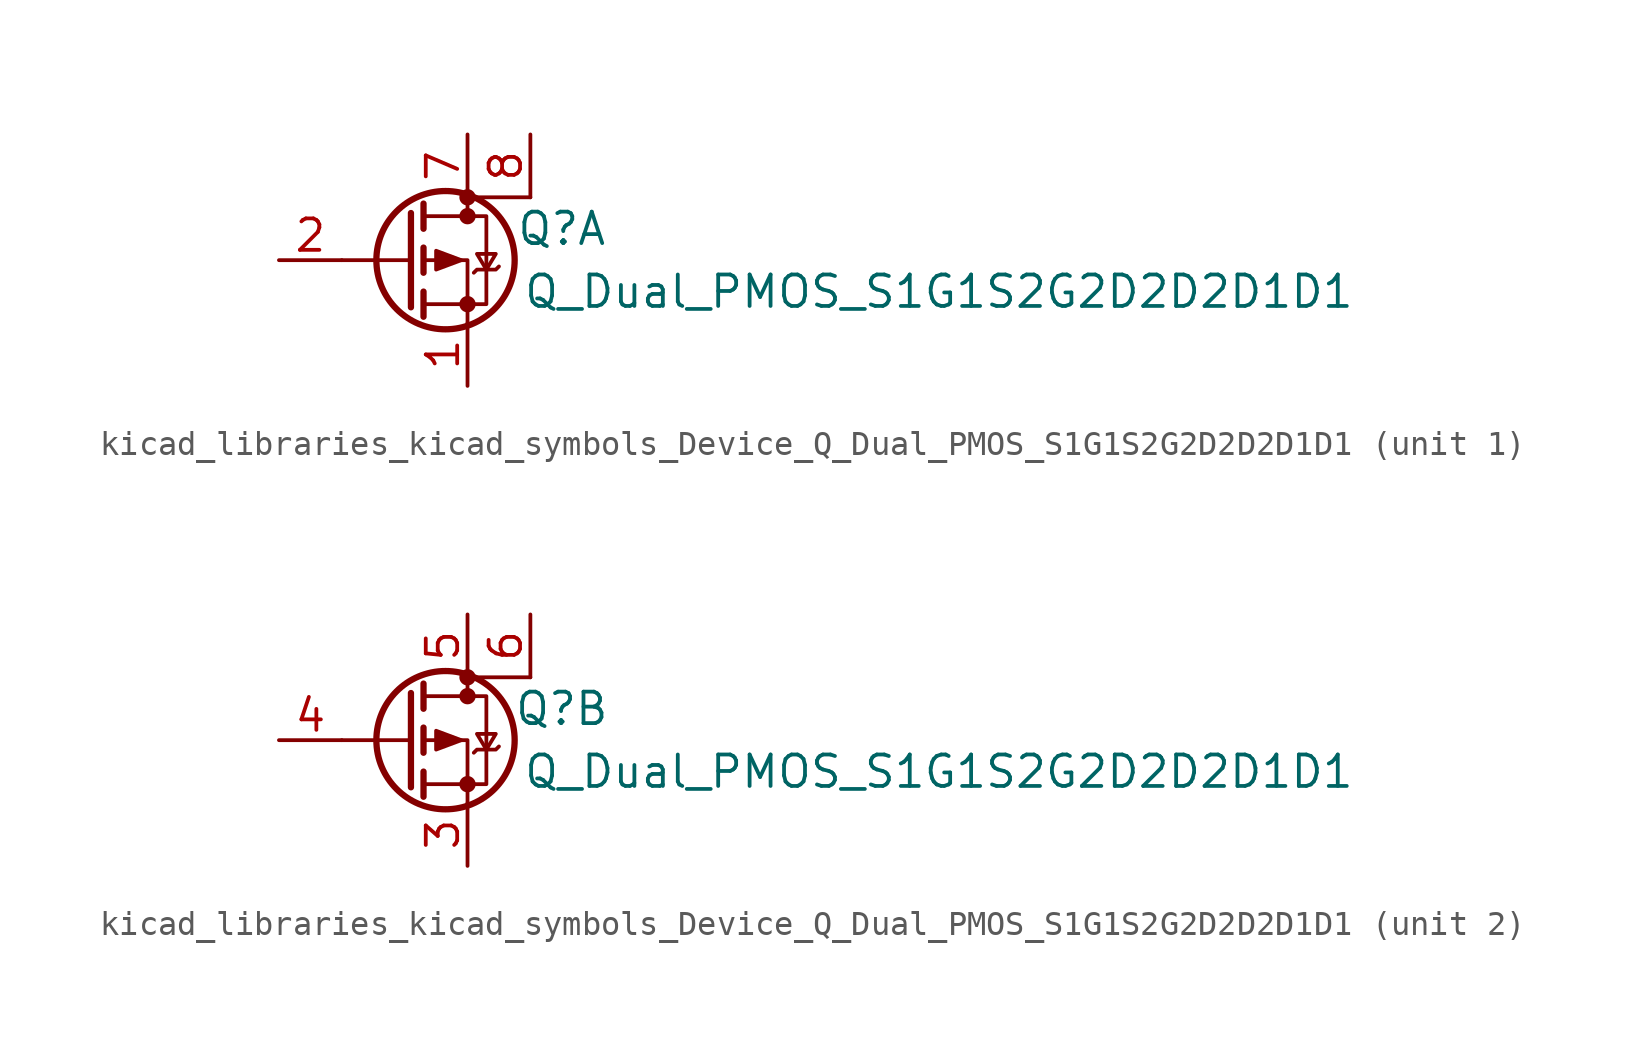
<source format=kicad_sym>
(kicad_symbol_lib
  (version 20220914)
  (generator kicad_symbol_editor)
  (symbol "kicad_libraries_kicad_symbols_Device_Q_Dual_PMOS_S1G1S2G2D2D2D1D1"
    (pin_names
      (offset 0) hide)
    (property "Reference" "Q"
      (at 6.35 1.27 0)
      (effects (font (size 1.27 1.27))))
    (property "Value" "Q_Dual_PMOS_S1G1S2G2D2D2D1D1"
      (at 21.59 -1.27 0)
      (effects (font (size 1.27 1.27))))
    (symbol "kicad_libraries_kicad_symbols_Device_Q_Dual_PMOS_S1G1S2G2D2D2D1D1_0_1"
      (polyline (pts (xy 0.254 0) (xy -2.54 0)) (stroke (width 0) (type default)) (fill (type none)))
      (polyline (pts (xy 0.254 1.905) (xy 0.254 -1.905)) (stroke (width 0.254) (type default)) (fill (type none)))
      (polyline (pts (xy 0.762 -1.27) (xy 0.762 -2.286)) (stroke (width 0.254) (type default)) (fill (type none)))
      (polyline (pts (xy 0.762 0.508) (xy 0.762 -0.508)) (stroke (width 0.254) (type default)) (fill (type none)))
      (polyline (pts (xy 0.762 2.286) (xy 0.762 1.27)) (stroke (width 0.254) (type default)) (fill (type none)))
      (polyline (pts (xy 2.54 2.54) (xy 2.54 1.778)) (stroke (width 0) (type default)) (fill (type none)))
      (polyline (pts (xy 2.54 -2.54) (xy 2.54 0) (xy 0.762 0)) (stroke (width 0) (type default)) (fill (type none)))
      (polyline (pts (xy 0.762 1.778) (xy 3.302 1.778) (xy 3.302 -1.778) (xy 0.762 -1.778)) (stroke (width 0) (type default)) (fill (type none)))
      (polyline (pts (xy 2.286 0) (xy 1.27 0.381) (xy 1.27 -0.381) (xy 2.286 0)) (stroke (width 0) (type default)) (fill (type outline)))
      (polyline (pts (xy 2.794 -0.508) (xy 2.921 -0.381) (xy 3.683 -0.381) (xy 3.81 -0.254)) (stroke (width 0) (type default)) (fill (type none)))
      (polyline (pts (xy 3.302 -0.381) (xy 2.921 0.254) (xy 3.683 0.254) (xy 3.302 -0.381)) (stroke (width 0) (type default)) (fill (type none)))
      (circle (center 1.651 0) (radius 2.794) (stroke (width 0.254) (type default)) (fill (type none)))
      (circle (center 2.54 -1.778) (radius 0.254) (stroke (width 0) (type default)) (fill (type outline)))
      (circle (center 2.54 1.778) (radius 0.254) (stroke (width 0) (type default)) (fill (type outline)))
      (circle (center 2.54 2.54) (radius 0.254) (stroke (width 0) (type default)) (fill (type outline)))
      (rectangle (start 5.08 2.54) (end 2.54 2.54) (stroke (width 0) (type default)) (fill (type none))))
    (symbol "kicad_libraries_kicad_symbols_Device_Q_Dual_PMOS_S1G1S2G2D2D2D1D1_1_1"
      (pin passive line (at 2.54 -5.08 90) (length 2.54) (name "S" (effects (font (size 1.27 1.27)))) (number "1" (effects (font (size 1.27 1.27)))))
      (pin input line (at -5.08 0 0) (length 2.54) (name "G" (effects (font (size 1.27 1.27)))) (number "2" (effects (font (size 1.27 1.27)))))
      (pin passive line (at 2.54 5.08 270) (length 2.54) (name "D" (effects (font (size 1.27 1.27)))) (number "7" (effects (font (size 1.27 1.27)))))
      (pin passive line (at 5.08 5.08 270) (length 2.54) (name "G" (effects (font (size 1.27 1.27)))) (number "8" (effects (font (size 1.27 1.27))))))
    (symbol "kicad_libraries_kicad_symbols_Device_Q_Dual_PMOS_S1G1S2G2D2D2D1D1_2_1"
      (pin passive line (at 2.54 -5.08 90) (length 2.54) (name "S" (effects (font (size 1.27 1.27)))) (number "3" (effects (font (size 1.27 1.27)))))
      (pin input line (at -5.08 0 0) (length 2.54) (name "G" (effects (font (size 1.27 1.27)))) (number "4" (effects (font (size 1.27 1.27)))))
      (pin passive line (at 2.54 5.08 270) (length 2.54) (name "D" (effects (font (size 1.27 1.27)))) (number "5" (effects (font (size 1.27 1.27)))))
      (pin passive line (at 5.08 5.08 270) (length 2.54) (name "G" (effects (font (size 1.27 1.27)))) (number "6" (effects (font (size 1.27 1.27))))))))
</source>
